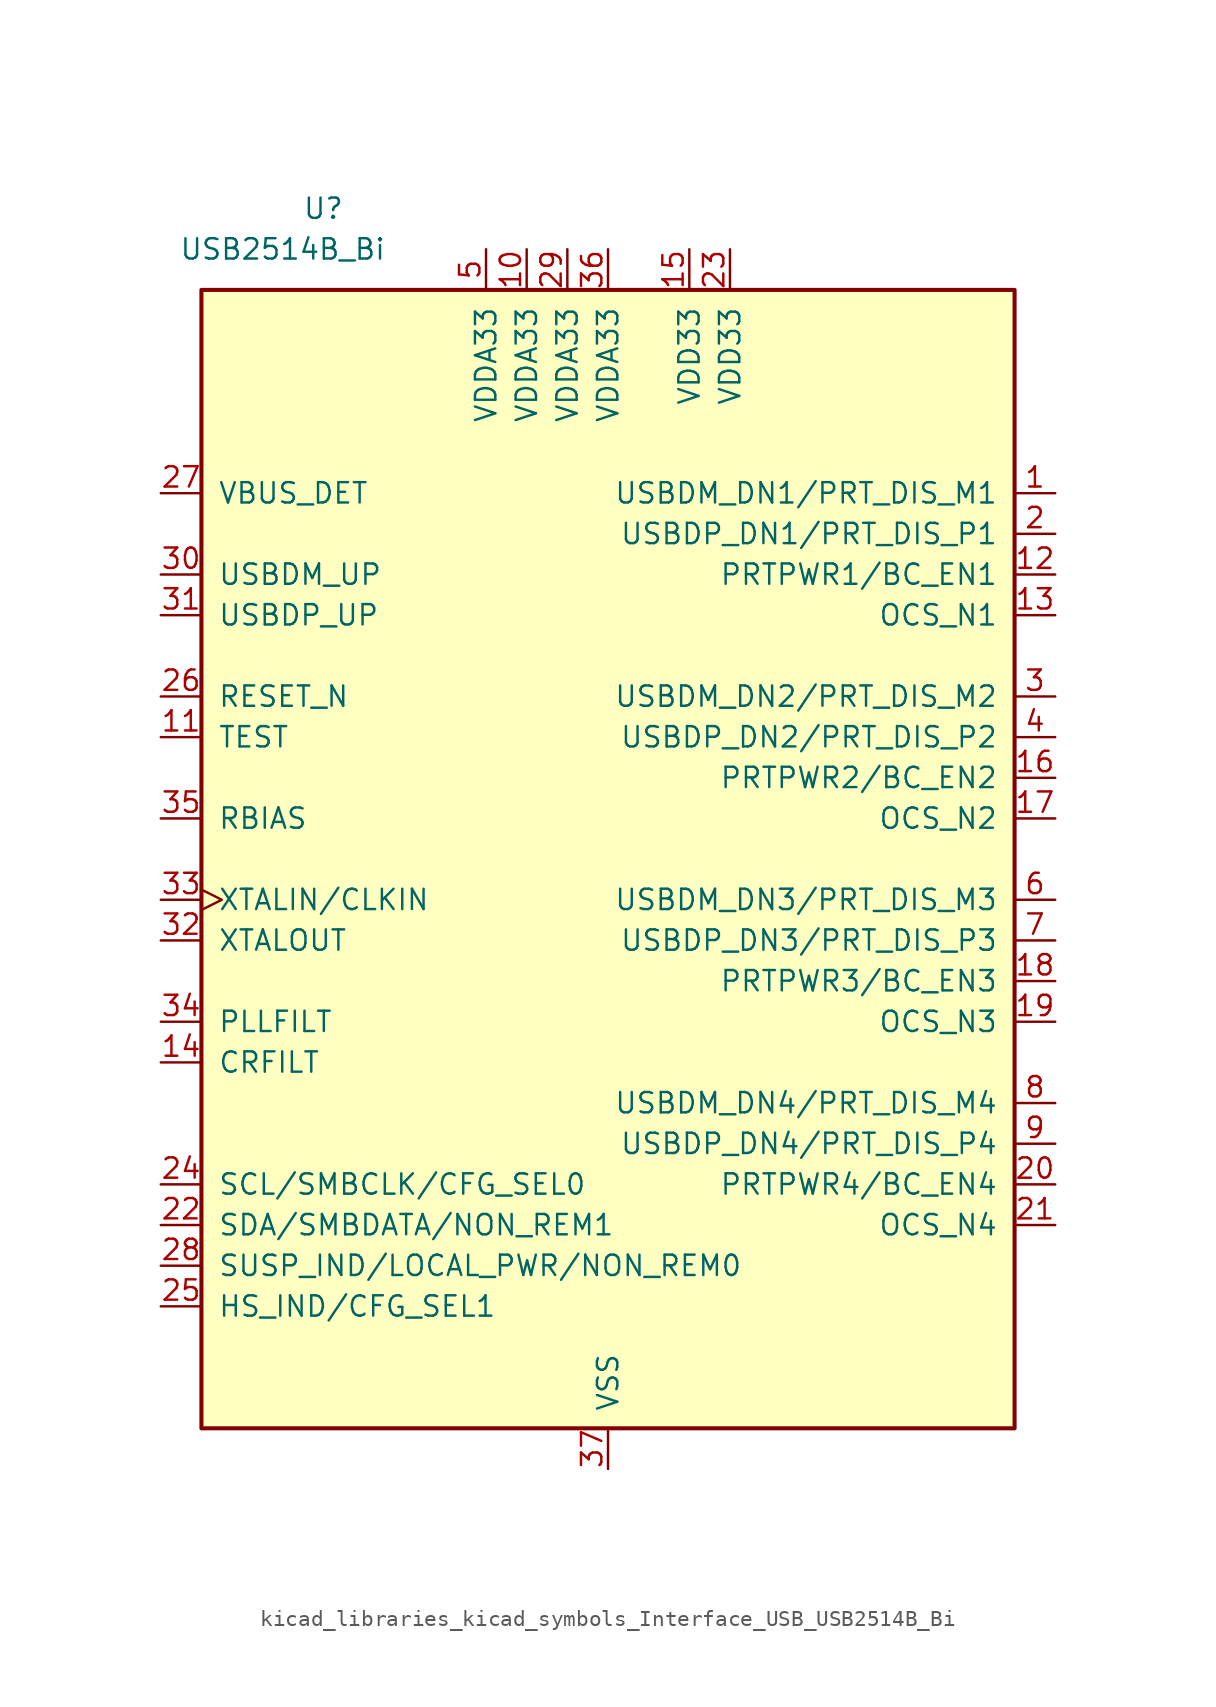
<source format=kicad_sym>
(kicad_symbol_lib
  (version 20220914)
  (generator kicad_symbol_editor)
  (symbol "kicad_libraries_kicad_symbols_Interface_USB_USB2514B_Bi"
    (pin_names
      (offset 1.016))
    (property "Reference" "U"
      (at -17.78 40.64 0)
      (effects (font (size 1.27 1.27))))
    (property "Value" "USB2514B_Bi"
      (at -20.32 38.1 0)
      (effects (font (size 1.27 1.27))))
    (symbol "kicad_libraries_kicad_symbols_Interface_USB_USB2514B_Bi_0_1"
      (rectangle (start -25.4 35.56) (end 25.4 -35.56) (stroke (width 0.254) (type default)) (fill (type background))))
    (symbol "kicad_libraries_kicad_symbols_Interface_USB_USB2514B_Bi_1_1"
      (pin bidirectional line (at 27.94 22.86 180) (length 2.54) (name "USBDM_DN1/PRT_DIS_M1" (effects (font (size 1.27 1.27)))) (number "1" (effects (font (size 1.27 1.27)))))
      (pin power_in line (at -5.08 38.1 270) (length 2.54) (name "VDDA33" (effects (font (size 1.27 1.27)))) (number "10" (effects (font (size 1.27 1.27)))))
      (pin input line (at -27.94 7.62 0) (length 2.54) (name "TEST" (effects (font (size 1.27 1.27)))) (number "11" (effects (font (size 1.27 1.27)))))
      (pin bidirectional line (at 27.94 17.78 180) (length 2.54) (name "PRTPWR1/BC_EN1" (effects (font (size 1.27 1.27)))) (number "12" (effects (font (size 1.27 1.27)))))
      (pin input line (at 27.94 15.24 180) (length 2.54) (name "OCS_N1" (effects (font (size 1.27 1.27)))) (number "13" (effects (font (size 1.27 1.27)))))
      (pin input line (at -27.94 -12.7 0) (length 2.54) (name "CRFILT" (effects (font (size 1.27 1.27)))) (number "14" (effects (font (size 1.27 1.27)))))
      (pin power_in line (at 5.08 38.1 270) (length 2.54) (name "VDD33" (effects (font (size 1.27 1.27)))) (number "15" (effects (font (size 1.27 1.27)))))
      (pin bidirectional line (at 27.94 5.08 180) (length 2.54) (name "PRTPWR2/BC_EN2" (effects (font (size 1.27 1.27)))) (number "16" (effects (font (size 1.27 1.27)))))
      (pin input line (at 27.94 2.54 180) (length 2.54) (name "OCS_N2" (effects (font (size 1.27 1.27)))) (number "17" (effects (font (size 1.27 1.27)))))
      (pin bidirectional line (at 27.94 -7.62 180) (length 2.54) (name "PRTPWR3/BC_EN3" (effects (font (size 1.27 1.27)))) (number "18" (effects (font (size 1.27 1.27)))))
      (pin input line (at 27.94 -10.16 180) (length 2.54) (name "OCS_N3" (effects (font (size 1.27 1.27)))) (number "19" (effects (font (size 1.27 1.27)))))
      (pin bidirectional line (at 27.94 20.32 180) (length 2.54) (name "USBDP_DN1/PRT_DIS_P1" (effects (font (size 1.27 1.27)))) (number "2" (effects (font (size 1.27 1.27)))))
      (pin bidirectional line (at 27.94 -20.32 180) (length 2.54) (name "PRTPWR4/BC_EN4" (effects (font (size 1.27 1.27)))) (number "20" (effects (font (size 1.27 1.27)))))
      (pin input line (at 27.94 -22.86 180) (length 2.54) (name "OCS_N4" (effects (font (size 1.27 1.27)))) (number "21" (effects (font (size 1.27 1.27)))))
      (pin bidirectional line (at -27.94 -22.86 0) (length 2.54) (name "SDA/SMBDATA/NON_REM1" (effects (font (size 1.27 1.27)))) (number "22" (effects (font (size 1.27 1.27)))))
      (pin power_in line (at 7.62 38.1 270) (length 2.54) (name "VDD33" (effects (font (size 1.27 1.27)))) (number "23" (effects (font (size 1.27 1.27)))))
      (pin bidirectional line (at -27.94 -20.32 0) (length 2.54) (name "SCL/SMBCLK/CFG_SEL0" (effects (font (size 1.27 1.27)))) (number "24" (effects (font (size 1.27 1.27)))))
      (pin bidirectional line (at -27.94 -27.94 0) (length 2.54) (name "HS_IND/CFG_SEL1" (effects (font (size 1.27 1.27)))) (number "25" (effects (font (size 1.27 1.27)))))
      (pin input line (at -27.94 10.16 0) (length 2.54) (name "RESET_N" (effects (font (size 1.27 1.27)))) (number "26" (effects (font (size 1.27 1.27)))))
      (pin input line (at -27.94 22.86 0) (length 2.54) (name "VBUS_DET" (effects (font (size 1.27 1.27)))) (number "27" (effects (font (size 1.27 1.27)))))
      (pin bidirectional line (at -27.94 -25.4 0) (length 2.54) (name "SUSP_IND/LOCAL_PWR/NON_REM0" (effects (font (size 1.27 1.27)))) (number "28" (effects (font (size 1.27 1.27)))))
      (pin power_in line (at -2.54 38.1 270) (length 2.54) (name "VDDA33" (effects (font (size 1.27 1.27)))) (number "29" (effects (font (size 1.27 1.27)))))
      (pin bidirectional line (at 27.94 10.16 180) (length 2.54) (name "USBDM_DN2/PRT_DIS_M2" (effects (font (size 1.27 1.27)))) (number "3" (effects (font (size 1.27 1.27)))))
      (pin bidirectional line (at -27.94 17.78 0) (length 2.54) (name "USBDM_UP" (effects (font (size 1.27 1.27)))) (number "30" (effects (font (size 1.27 1.27)))))
      (pin bidirectional line (at -27.94 15.24 0) (length 2.54) (name "USBDP_UP" (effects (font (size 1.27 1.27)))) (number "31" (effects (font (size 1.27 1.27)))))
      (pin output line (at -27.94 -5.08 0) (length 2.54) (name "XTALOUT" (effects (font (size 1.27 1.27)))) (number "32" (effects (font (size 1.27 1.27)))))
      (pin input clock (at -27.94 -2.54 0) (length 2.54) (name "XTALIN/CLKIN" (effects (font (size 1.27 1.27)))) (number "33" (effects (font (size 1.27 1.27)))))
      (pin input line (at -27.94 -10.16 0) (length 2.54) (name "PLLFILT" (effects (font (size 1.27 1.27)))) (number "34" (effects (font (size 1.27 1.27)))))
      (pin input line (at -27.94 2.54 0) (length 2.54) (name "RBIAS" (effects (font (size 1.27 1.27)))) (number "35" (effects (font (size 1.27 1.27)))))
      (pin power_in line (at 0 38.1 270) (length 2.54) (name "VDDA33" (effects (font (size 1.27 1.27)))) (number "36" (effects (font (size 1.27 1.27)))))
      (pin power_in line (at 0 -38.1 90) (length 2.54) (name "VSS" (effects (font (size 1.27 1.27)))) (number "37" (effects (font (size 1.27 1.27)))))
      (pin bidirectional line (at 27.94 7.62 180) (length 2.54) (name "USBDP_DN2/PRT_DIS_P2" (effects (font (size 1.27 1.27)))) (number "4" (effects (font (size 1.27 1.27)))))
      (pin power_in line (at -7.62 38.1 270) (length 2.54) (name "VDDA33" (effects (font (size 1.27 1.27)))) (number "5" (effects (font (size 1.27 1.27)))))
      (pin bidirectional line (at 27.94 -2.54 180) (length 2.54) (name "USBDM_DN3/PRT_DIS_M3" (effects (font (size 1.27 1.27)))) (number "6" (effects (font (size 1.27 1.27)))))
      (pin bidirectional line (at 27.94 -5.08 180) (length 2.54) (name "USBDP_DN3/PRT_DIS_P3" (effects (font (size 1.27 1.27)))) (number "7" (effects (font (size 1.27 1.27)))))
      (pin bidirectional line (at 27.94 -15.24 180) (length 2.54) (name "USBDM_DN4/PRT_DIS_M4" (effects (font (size 1.27 1.27)))) (number "8" (effects (font (size 1.27 1.27)))))
      (pin bidirectional line (at 27.94 -17.78 180) (length 2.54) (name "USBDP_DN4/PRT_DIS_P4" (effects (font (size 1.27 1.27)))) (number "9" (effects (font (size 1.27 1.27))))))))
</source>
